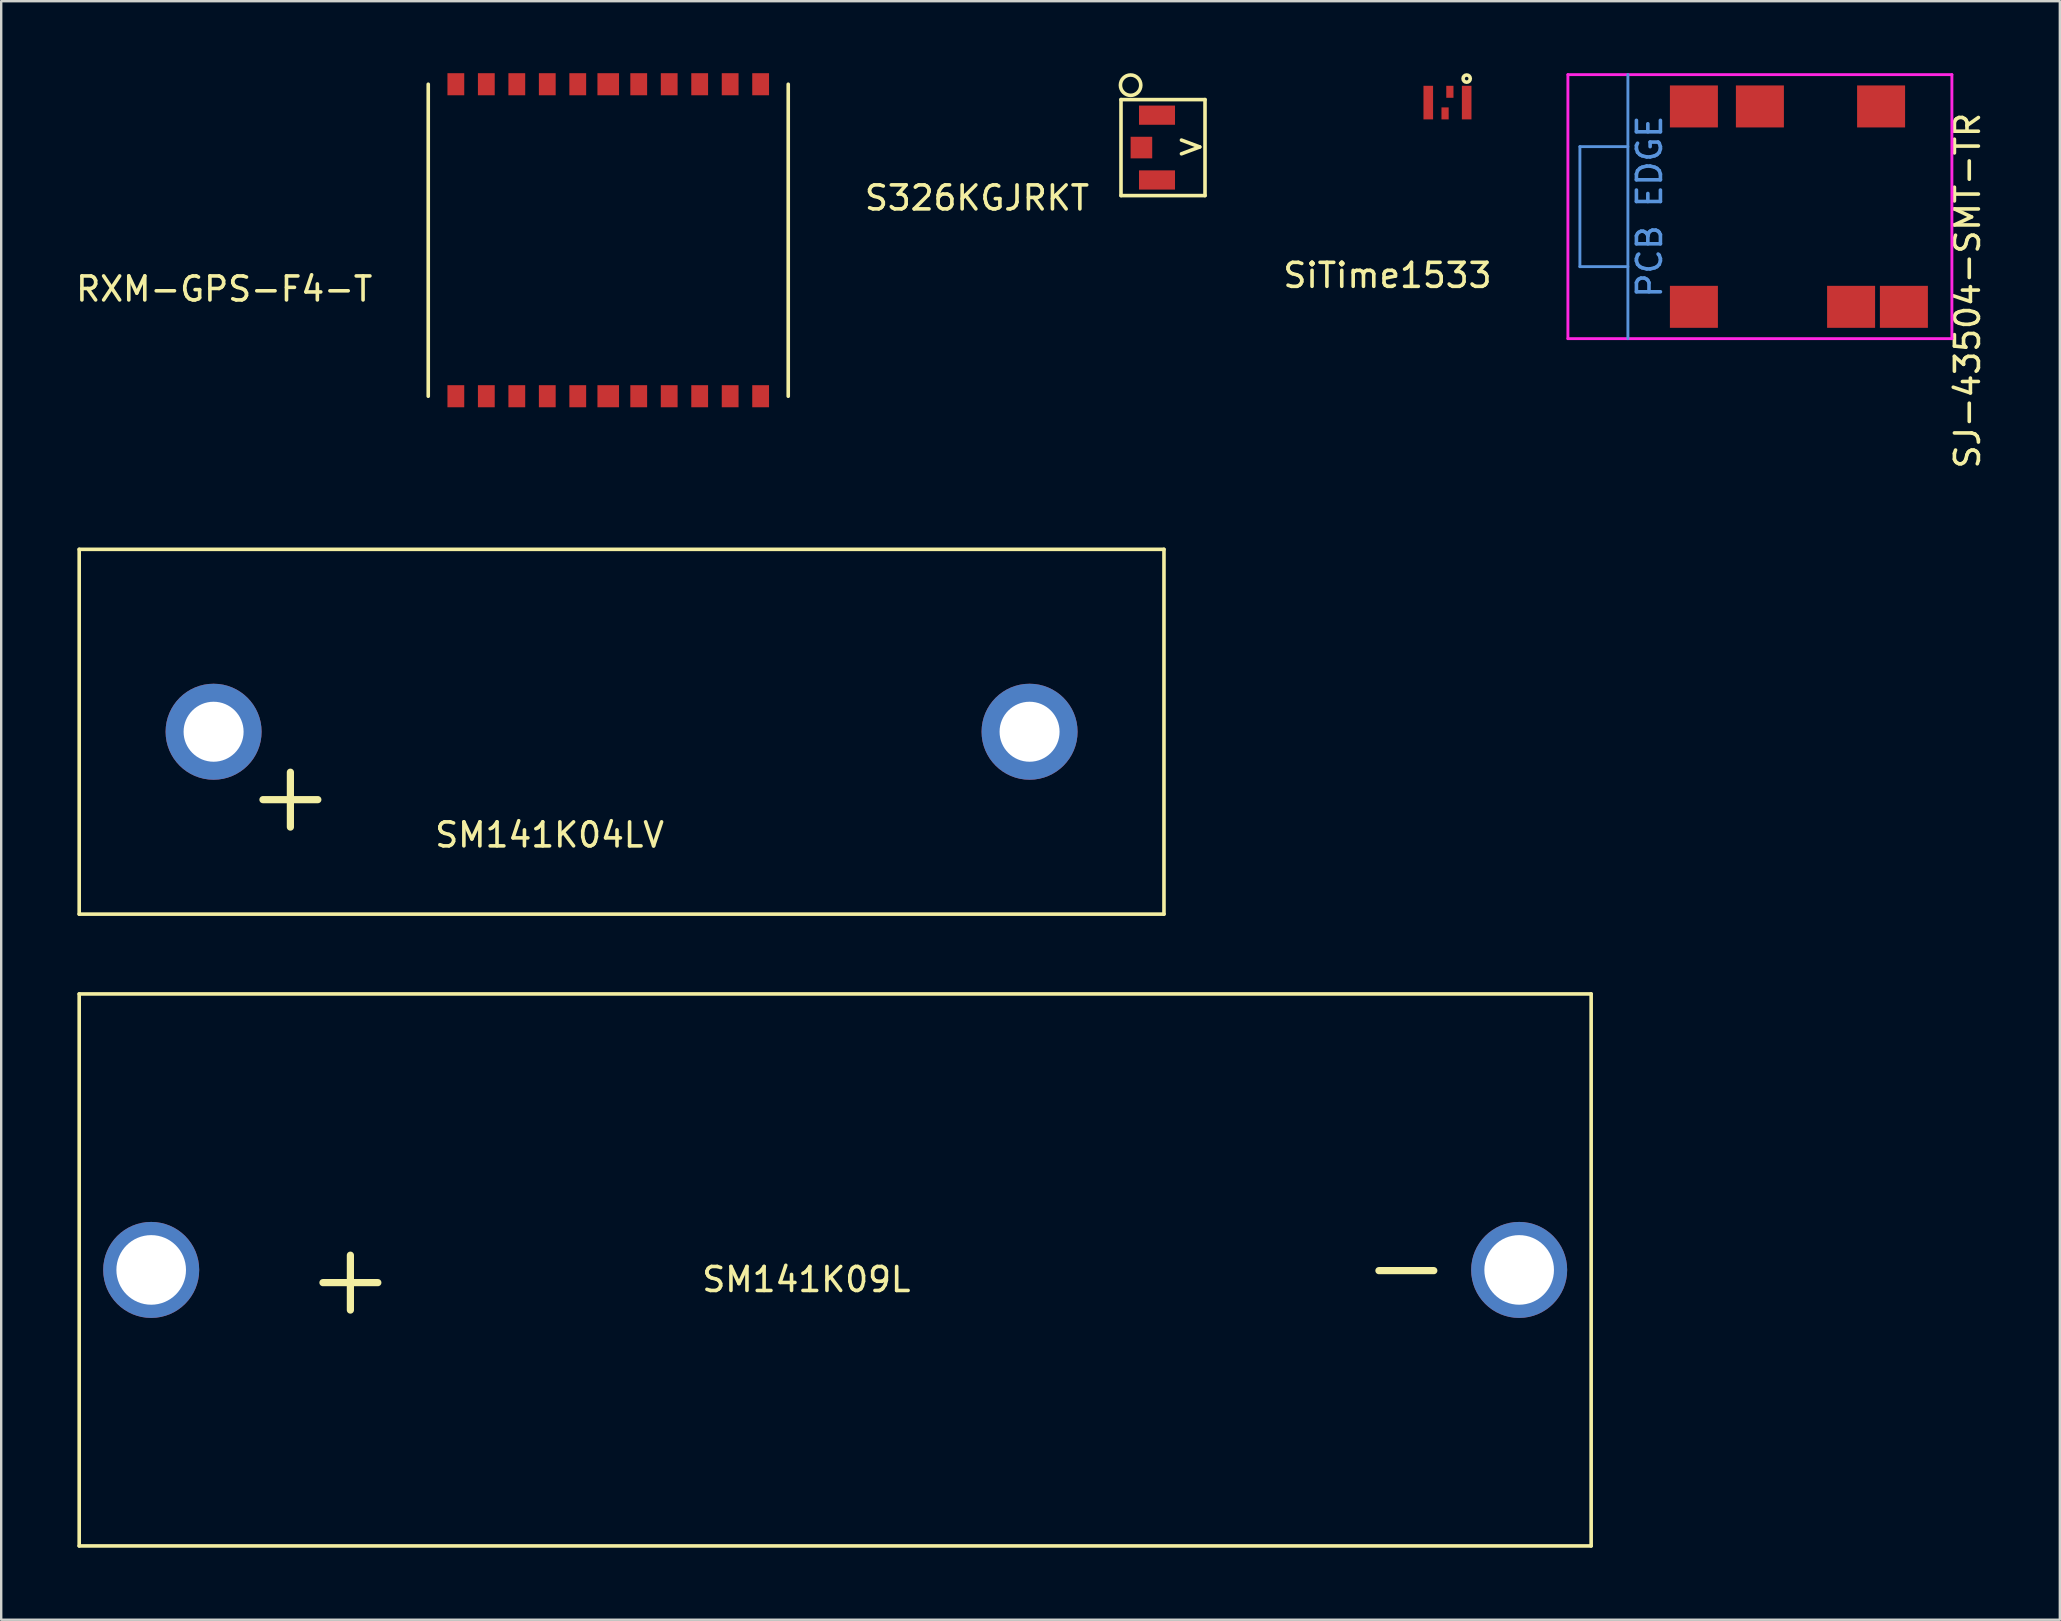
<source format=kicad_pcb>
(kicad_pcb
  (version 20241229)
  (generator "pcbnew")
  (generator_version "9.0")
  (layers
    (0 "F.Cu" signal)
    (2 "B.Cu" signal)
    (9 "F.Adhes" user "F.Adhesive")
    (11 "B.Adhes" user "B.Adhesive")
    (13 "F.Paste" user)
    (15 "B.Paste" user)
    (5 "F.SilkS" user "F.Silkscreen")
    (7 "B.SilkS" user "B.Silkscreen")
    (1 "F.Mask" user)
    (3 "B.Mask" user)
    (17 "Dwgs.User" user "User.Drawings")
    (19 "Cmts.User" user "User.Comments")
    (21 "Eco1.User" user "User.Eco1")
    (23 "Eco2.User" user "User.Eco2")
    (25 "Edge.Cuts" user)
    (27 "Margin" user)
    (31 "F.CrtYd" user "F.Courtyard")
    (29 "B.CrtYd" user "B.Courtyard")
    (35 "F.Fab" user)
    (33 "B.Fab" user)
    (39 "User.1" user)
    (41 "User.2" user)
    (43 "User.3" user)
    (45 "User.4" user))
  (footprint "RXM-GPS-F4-T"
    (layer "F.Cu")
    (at 22.294 6.96)
    (property "Reference" "RXM-GPS-F4-T" (at -16.002 2.032 0) (layer "F.SilkS") (effects (font (size 1 1) (thickness 0.15))))
    (attr through_hole)
    (fp_line (start -7.5 -6.5) (end -7.5 6.5) (stroke (width 0.15) (type solid)) (layer "F.SilkS"))
    (fp_line (start 7.5 -6.5) (end 7.5 6.5) (stroke (width 0.15) (type solid)) (layer "F.SilkS"))
    (pad "1" smd rect (at -6.35 6.5) (size 0.7 0.92) (layers "F.Cu" "F.Mask" "F.Paste"))
    (pad "2" smd rect (at -5.08 6.5) (size 0.7 0.92) (layers "F.Cu" "F.Mask" "F.Paste"))
    (pad "3" smd rect (at -3.81 6.5) (size 0.7 0.92) (layers "F.Cu" "F.Mask" "F.Paste"))
    (pad "4" smd rect (at -2.54 6.5) (size 0.7 0.92) (layers "F.Cu" "F.Mask" "F.Paste"))
    (pad "5" smd rect (at -1.27 6.5) (size 0.7 0.92) (layers "F.Cu" "F.Mask" "F.Paste"))
    (pad "6" smd rect (at 1.27 6.5) (size 0.7 0.92) (layers "F.Cu" "F.Mask" "F.Paste"))
    (pad "7" smd rect (at 2.54 6.5) (size 0.7 0.92) (layers "F.Cu" "F.Mask" "F.Paste"))
    (pad "8" smd rect (at 3.81 6.5) (size 0.7 0.92) (layers "F.Cu" "F.Mask" "F.Paste"))
    (pad "9" smd rect (at 5.08 6.5) (size 0.7 0.92) (layers "F.Cu" "F.Mask" "F.Paste"))
    (pad "10" smd rect (at 6.35 6.5) (size 0.7 0.92) (layers "F.Cu" "F.Mask" "F.Paste"))
    (pad "11" smd rect (at 6.35 -6.5) (size 0.7 0.92) (layers "F.Cu" "F.Mask" "F.Paste"))
    (pad "12" smd rect (at 5.08 -6.5) (size 0.7 0.92) (layers "F.Cu" "F.Mask" "F.Paste"))
    (pad "13" smd rect (at 3.81 -6.5) (size 0.7 0.92) (layers "F.Cu" "F.Mask" "F.Paste"))
    (pad "14" smd rect (at 2.54 -6.5) (size 0.7 0.92) (layers "F.Cu" "F.Mask" "F.Paste"))
    (pad "15" smd rect (at 1.27 -6.5) (size 0.7 0.92) (layers "F.Cu" "F.Mask" "F.Paste"))
    (pad "16" smd rect (at -1.27 -6.5) (size 0.7 0.92) (layers "F.Cu" "F.Mask" "F.Paste"))
    (pad "17" smd rect (at -2.54 -6.5) (size 0.7 0.92) (layers "F.Cu" "F.Mask" "F.Paste"))
    (pad "18" smd rect (at -3.81 -6.5) (size 0.7 0.92) (layers "F.Cu" "F.Mask" "F.Paste"))
    (pad "19" smd rect (at -5.08 -6.5) (size 0.7 0.92) (layers "F.Cu" "F.Mask" "F.Paste"))
    (pad "20" smd rect (at -6.35 -6.5) (size 0.7 0.92) (layers "F.Cu" "F.Mask" "F.Paste"))
    (pad "21" smd rect (at 0 6.5) (size 0.9 0.92) (layers "F.Cu" "F.Mask" "F.Paste"))
    (pad "22" smd rect (at 0 -6.5) (size 0.9 0.92) (layers "F.Cu" "F.Mask" "F.Paste")))
  (footprint "SM141K09L"
    (layer "F.Cu")
    (at 0.25 38.365)
    (property "Reference" "SM141K09L" (at 30.3 11.9 0) (layer "F.SilkS") (effects (font (size 1 1) (thickness 0.15))))
    (attr through_hole)
    (fp_line (start 0 0) (end 63 0) (stroke (width 0.15) (type solid)) (layer "F.SilkS"))
    (fp_line (start 0 23) (end 0 0) (stroke (width 0.15) (type solid)) (layer "F.SilkS"))
    (fp_line (start 63 0) (end 63 23) (stroke (width 0.15) (type solid)) (layer "F.SilkS"))
    (fp_line (start 63 23) (end 0 23) (stroke (width 0.15) (type solid)) (layer "F.SilkS"))
    (fp_text user "+" (at 11.3 11.8 0) (layer "F.SilkS") (effects (font (size 3 3) (thickness 0.3))))
    (fp_text user "-" (at 55.3 11.3 0) (layer "F.SilkS") (effects (font (size 3 3) (thickness 0.3))))
    (pad "1" thru_hole circle (at 3 11.5) (size 4 4) (drill 2.9) (layers "*.Cu" "*.Mask"))
    (pad "2" thru_hole circle (at 60 11.5) (size 4 4) (drill 2.9) (layers "*.Cu" "*.Mask")))
  (footprint "S326KGJRKT"
    (layer "F.Cu")
    (at 45.16 3.099)
    (property "Reference" "S326KGJRKT" (at -7.5 2.1 0) (layer "F.SilkS") (effects (font (size 1 1) (thickness 0.15))))
    (attr through_hole)
    (fp_line (start -1.5 -2) (end 2 -2) (stroke (width 0.15) (type solid)) (layer "F.SilkS"))
    (fp_line (start -1.5 2) (end -1.5 -2) (stroke (width 0.15) (type solid)) (layer "F.SilkS"))
    (fp_line (start 2 -2) (end 2 2) (stroke (width 0.15) (type solid)) (layer "F.SilkS"))
    (fp_line (start 2 2) (end -1.5 2) (stroke (width 0.15) (type solid)) (layer "F.SilkS"))
    (fp_circle (center -1.1 -2.6) (end -0.8 -2.3) (stroke (width 0.15) (type solid)) (fill no) (layer "F.SilkS"))
    (fp_text user ">" (at 1.4 -0.1 0) (layer "F.SilkS") (effects (font (size 1 1) (thickness 0.15))))
    (pad "1" smd rect (at 0 -1.35) (size 1.5 0.8) (layers "F.Cu" "F.Mask" "F.Paste"))
    (pad "2" smd rect (at -0.65 0) (size 0.9 0.9) (layers "F.Cu" "F.Mask" "F.Paste"))
    (pad "3" smd rect (at 0 1.35) (size 1.5 0.8) (layers "F.Cu" "F.Mask" "F.Paste")))
  (footprint "SJ-43504-SMT-TR"
    (layer "F.Cu")
    (at 64.781 5.56)
    (property "Reference" "SJ-43504-SMT-TR" (at 14.15 3.5 90) (layer "F.SilkS") (effects (font (size 1 1) (thickness 0.15))))
    (attr smd)
    (fp_line (start -2 -2.5) (end -2 2.5) (stroke (width 0.12) (type solid)) (layer "Cmts.User"))
    (fp_line (start -2 2.5) (end 0 2.5) (stroke (width 0.12) (type solid)) (layer "Cmts.User"))
    (fp_line (start 0 -5.5) (end 0 5.5) (stroke (width 0.12) (type solid)) (layer "Cmts.User"))
    (fp_line (start 0 -2.5) (end -2 -2.5) (stroke (width 0.12) (type solid)) (layer "Cmts.User"))
    (fp_line (start 6.87 -3.3) (end 0 -3.3) (stroke (width 0.1) (type solid)) (layer "Eco2.User"))
    (fp_line (start 6.87 -3.3) (end 6.87 -3.6) (stroke (width 0.1) (type solid)) (layer "Eco2.User"))
    (fp_line (start 6.87 3.3) (end 0 3.3) (stroke (width 0.1) (type solid)) (layer "Eco2.User"))
    (fp_line (start 6.87 3.3) (end 6.87 3.6) (stroke (width 0.1) (type solid)) (layer "Eco2.User"))
    (fp_line (start 8.17 -3.3) (end 8.17 -3.6) (stroke (width 0.1) (type solid)) (layer "Eco2.User"))
    (fp_line (start 8.17 -3.3) (end 12.5 -3.3) (stroke (width 0.1) (type solid)) (layer "Eco2.User"))
    (fp_line (start 8.17 3.3) (end 8.17 3.6) (stroke (width 0.1) (type solid)) (layer "Eco2.User"))
    (fp_line (start 8.17 3.3) (end 12.5 3.3) (stroke (width 0.1) (type solid)) (layer "Eco2.User"))
    (fp_line (start 12.5 -2.3) (end 12.5 2.3) (stroke (width 0.1) (type solid)) (layer "Eco2.User"))
    (fp_arc (start 6.87 -3.6) (mid 7.52 -4.25) (end 8.17 -3.6) (stroke (width 0.1) (type solid)) (layer "Eco2.User"))
    (fp_arc (start 8.17 3.6) (mid 7.52 4.25) (end 6.87 3.6) (stroke (width 0.1) (type solid)) (layer "Eco2.User"))
    (fp_arc (start 12.5 -3.3) (mid 13 -2.8) (end 12.5 -2.3) (stroke (width 0.1) (type solid)) (layer "Eco2.User"))
    (fp_arc (start 12.5 2.3) (mid 13 2.8) (end 12.5 3.3) (stroke (width 0.1) (type solid)) (layer "Eco2.User"))
    (fp_line (start -2.5 -5.5) (end 13.5 -5.5) (stroke (width 0.12) (type solid)) (layer "F.CrtYd"))
    (fp_line (start -2.5 5.5) (end -2.5 -5.5) (stroke (width 0.12) (type solid)) (layer "F.CrtYd"))
    (fp_line (start -2.5 5.5) (end 13.5 5.5) (stroke (width 0.12) (type solid)) (layer "F.CrtYd"))
    (fp_line (start 13.5 -5.5) (end 13.5 5.5) (stroke (width 0.12) (type solid)) (layer "F.CrtYd"))
    (fp_text user "PCB EDGE" (at 0.9 0 90) (layer "Cmts.User") (effects (font (size 1 1) (thickness 0.15))))
    (pad "1" smd rect (at 2.75 -4.175) (size 2 1.75) (layers "F.Cu" "F.Mask" "F.Paste"))
    (pad "2" smd rect (at 9.3 4.175) (size 2 1.75) (layers "F.Cu" "F.Mask" "F.Paste"))
    (pad "3" smd rect (at 5.5 -4.175) (size 2 1.75) (layers "F.Cu" "F.Mask" "F.Paste"))
    (pad "4" smd rect (at 2.75 4.175) (size 2 1.75) (layers "F.Cu" "F.Mask" "F.Paste"))
    (pad "5" smd rect (at 11.5 4.175) (size 2 1.75) (layers "F.Cu" "F.Mask" "F.Paste"))
    (pad "6" smd rect (at 10.55 -4.175) (size 2 1.75) (layers "F.Cu" "F.Mask" "F.Paste")))
  (footprint "SM141K04LV"
    (layer "F.Cu")
    (at 0.25 19.84)
    (property "Reference" "SM141K04LV" (at 19.6 11.9 0) (layer "F.SilkS") (effects (font (size 1 1) (thickness 0.15))))
    (attr through_hole)
    (fp_line (start 0 0) (end 45.2 0) (stroke (width 0.15) (type solid)) (layer "F.SilkS"))
    (fp_line (start 0 15.2) (end 0 0) (stroke (width 0.15) (type solid)) (layer "F.SilkS"))
    (fp_line (start 45.2 0) (end 45.2 15.2) (stroke (width 0.15) (type solid)) (layer "F.SilkS"))
    (fp_line (start 45.2 15.2) (end 0 15.2) (stroke (width 0.15) (type solid)) (layer "F.SilkS"))
    (fp_text user "+" (at 8.8 10.2 0) (layer "F.SilkS") (effects (font (size 3 3) (thickness 0.3))))
    (pad "1" thru_hole circle (at 5.6 7.6) (size 4 4) (drill 2.5) (layers "*.Cu" "*.Mask"))
    (pad "2" thru_hole circle (at 39.6 7.6) (size 4 4) (drill 2.5) (layers "*.Cu" "*.Mask")))
  (footprint "SiTime1533"
    (layer "F.Cu")
    (at 57.263 1.225)
    (property "Reference" "SiTime1533" (at -2.5 7.2 0) (layer "F.SilkS") (effects (font (size 1 1) (thickness 0.15))))
    (attr through_hole)
    (fp_circle (center 0.8 -1) (end 0.95 -1) (stroke (width 0.15) (type solid)) (fill no) (layer "F.SilkS"))
    (pad "1" smd rect (at 0.8 0) (size 0.4 1.4) (layers "F.Cu" "F.Mask" "F.Paste"))
    (pad "2" smd rect (at -0.1 0.45) (size 0.3 0.5) (layers "F.Cu" "F.Mask" "F.Paste"))
    (pad "3" smd rect (at -0.8 0) (size 0.4 1.4) (layers "F.Cu" "F.Mask" "F.Paste"))
    (pad "4" smd rect (at 0.1 -0.45) (size 0.3 0.5) (layers "F.Cu" "F.Mask" "F.Paste")))
  (gr_rect
    (start -3 -3)
    (end 82.779 64.44)
    (stroke (width 0.1) (type default))
    (fill no)
    (layer "Edge.Cuts")))
</source>
